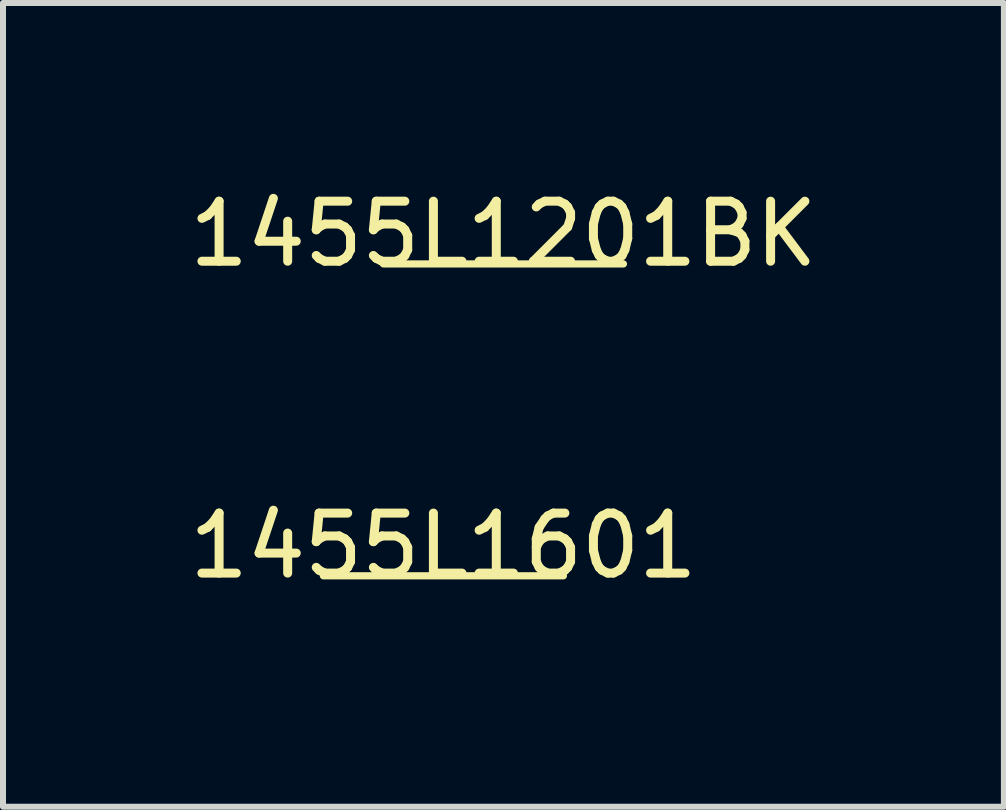
<source format=kicad_pcb>
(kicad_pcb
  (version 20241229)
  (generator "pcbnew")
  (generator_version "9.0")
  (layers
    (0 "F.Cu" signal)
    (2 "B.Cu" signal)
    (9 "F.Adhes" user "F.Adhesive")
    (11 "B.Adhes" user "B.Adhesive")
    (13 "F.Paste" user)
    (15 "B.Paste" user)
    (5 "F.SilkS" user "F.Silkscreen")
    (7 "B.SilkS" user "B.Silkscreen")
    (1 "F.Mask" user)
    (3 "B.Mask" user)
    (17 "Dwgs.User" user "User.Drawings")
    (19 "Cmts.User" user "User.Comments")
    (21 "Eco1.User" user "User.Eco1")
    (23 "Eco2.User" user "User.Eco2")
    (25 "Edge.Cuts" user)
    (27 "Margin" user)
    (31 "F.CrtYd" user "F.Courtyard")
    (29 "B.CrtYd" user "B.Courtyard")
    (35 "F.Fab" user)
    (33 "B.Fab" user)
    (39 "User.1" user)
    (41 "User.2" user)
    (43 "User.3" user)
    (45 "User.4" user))
  (footprint "1455L1201BK"
    (layer "F.Cu")
    (at 5.339 1.348)
    (property "Reference" "1455L1201BK" (at 0 -0.5 0) (unlocked yes) (layer "F.SilkS") (effects (font (size 1 1) (thickness 0.15))))
    (fp_line (start -2 0) (end 2 0) (stroke (width 0.12) (type solid)) (layer "F.SilkS"))
    (fp_text user "CASE" (at 0 0 0) (unlocked yes) (layer "User.1") (effects (font (size 1 1) (thickness 0.15)))))
  (footprint "1455L1601"
    (layer "F.Cu")
    (at 4.339 6.545)
    (property "Reference" "1455L1601" (at 0 -0.5 0) (unlocked yes) (layer "F.SilkS") (effects (font (size 1 1) (thickness 0.15))))
    (fp_line (start -2 0) (end 2 0) (stroke (width 0.12) (type solid)) (layer "F.SilkS"))
    (fp_text user "CASE" (at 0 0 0) (unlocked yes) (layer "User.1") (effects (font (size 1 1) (thickness 0.15)))))
  (gr_rect
    (start -3 -3)
    (end 13.679 10.393)
    (stroke (width 0.1) (type default))
    (fill no)
    (layer "Edge.Cuts")))
</source>
